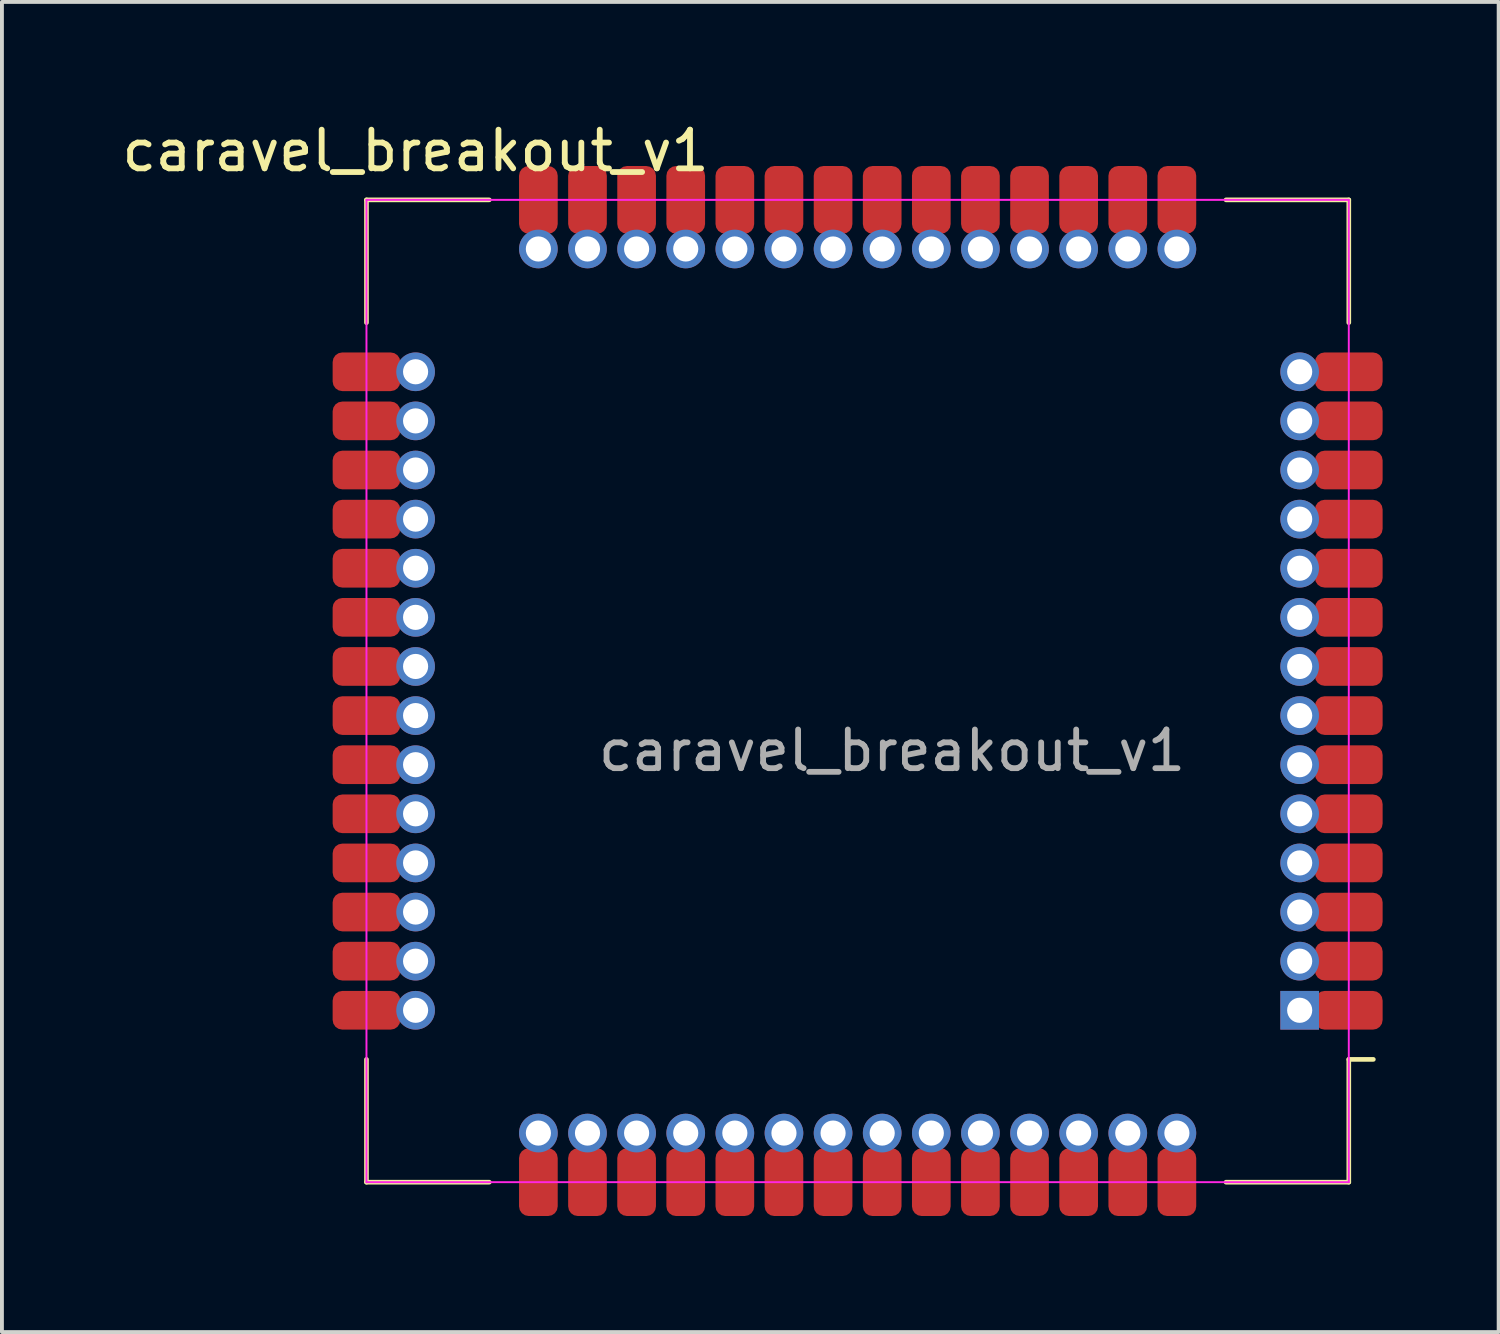
<source format=kicad_pcb>
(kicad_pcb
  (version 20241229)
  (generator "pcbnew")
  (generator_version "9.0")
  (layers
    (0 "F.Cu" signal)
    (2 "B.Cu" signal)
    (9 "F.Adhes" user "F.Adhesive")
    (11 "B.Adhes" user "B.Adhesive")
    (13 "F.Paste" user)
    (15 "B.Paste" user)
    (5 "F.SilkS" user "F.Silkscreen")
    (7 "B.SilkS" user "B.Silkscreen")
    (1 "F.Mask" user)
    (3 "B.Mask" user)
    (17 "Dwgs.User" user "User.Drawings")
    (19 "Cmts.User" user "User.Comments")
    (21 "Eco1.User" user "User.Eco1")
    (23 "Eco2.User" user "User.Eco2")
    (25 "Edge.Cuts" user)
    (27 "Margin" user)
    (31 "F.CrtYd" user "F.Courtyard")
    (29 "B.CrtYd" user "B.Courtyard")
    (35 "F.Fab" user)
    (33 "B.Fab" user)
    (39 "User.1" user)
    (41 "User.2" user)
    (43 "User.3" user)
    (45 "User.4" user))
  (footprint "caravel_breakout_v1"
    (layer "F.Cu")
    (at 6.426 2.118)
    (property "Reference" "caravel_breakout_v1" (at 1.27 -1.27 0) (unlocked yes) (layer "F.SilkS") (effects (font (size 1 1) (thickness 0.15))))
    (fp_line (start 0 0) (end 3.175 0) (stroke (width 0.12) (type solid)) (layer "F.SilkS"))
    (fp_line (start 0 3.175) (end 0 0) (stroke (width 0.12) (type solid)) (layer "F.SilkS"))
    (fp_line (start 0 22.225) (end 0 25.4) (stroke (width 0.12) (type solid)) (layer "F.SilkS"))
    (fp_line (start 0 25.4) (end 3.175 25.4) (stroke (width 0.12) (type solid)) (layer "F.SilkS"))
    (fp_line (start 22.225 0) (end 25.4 0) (stroke (width 0.12) (type solid)) (layer "F.SilkS"))
    (fp_line (start 22.225 25.4) (end 25.4 25.4) (stroke (width 0.12) (type solid)) (layer "F.SilkS"))
    (fp_line (start 25.4 0) (end 25.4 3.175) (stroke (width 0.12) (type solid)) (layer "F.SilkS"))
    (fp_line (start 25.4 22.225) (end 26.035 22.225) (stroke (width 0.12) (type solid)) (layer "F.SilkS"))
    (fp_line (start 25.4 25.4) (end 25.4 22.225) (stroke (width 0.12) (type solid)) (layer "F.SilkS"))
    (fp_line (start 0 0) (end 0 25.4) (stroke (width 0.05) (type solid)) (layer "F.CrtYd"))
    (fp_line (start 0 0) (end 25.4 0) (stroke (width 0.05) (type solid)) (layer "F.CrtYd"))
    (fp_line (start 0 25.4) (end 25.4 25.4) (stroke (width 0.05) (type solid)) (layer "F.CrtYd"))
    (fp_line (start 25.4 0) (end 25.4 25.4) (stroke (width 0.05) (type solid)) (layer "F.CrtYd"))
    (fp_text user "${REFERENCE}" (at 13.589 14.24 0) (unlocked yes) (layer "F.Fab") (effects (font (size 1 1) (thickness 0.15))))
    (pad "1" thru_hole rect (at 24.13 20.955) (size 1 1) (drill 0.65) (layers "*.Cu" "*.Mask"))
    (pad "1" smd roundrect (at 25.4 20.955) (size 1.75 1) (layers "F.Cu" "F.Mask" "F.Paste") (roundrect_rratio 0.25))
    (pad "2" thru_hole oval (at 24.13 19.685) (size 1 1) (drill 0.65) (layers "*.Cu" "*.Mask"))
    (pad "2" smd roundrect (at 25.4 19.685) (size 1.75 1) (layers "F.Cu" "F.Mask" "F.Paste") (roundrect_rratio 0.25))
    (pad "3" thru_hole oval (at 24.13 18.415) (size 1 1) (drill 0.65) (layers "*.Cu" "*.Mask"))
    (pad "3" smd roundrect (at 25.4 18.415) (size 1.75 1) (layers "F.Cu" "F.Mask" "F.Paste") (roundrect_rratio 0.25))
    (pad "4" thru_hole oval (at 24.13 17.145) (size 1 1) (drill 0.65) (layers "*.Cu" "*.Mask"))
    (pad "4" smd roundrect (at 25.4 17.145) (size 1.75 1) (layers "F.Cu" "F.Mask" "F.Paste") (roundrect_rratio 0.25))
    (pad "5" thru_hole oval (at 24.13 15.875) (size 1 1) (drill 0.65) (layers "*.Cu" "*.Mask"))
    (pad "5" smd roundrect (at 25.4 15.875) (size 1.75 1) (layers "F.Cu" "F.Mask" "F.Paste") (roundrect_rratio 0.25))
    (pad "6" thru_hole oval (at 24.13 14.605) (size 1 1) (drill 0.65) (layers "*.Cu" "*.Mask"))
    (pad "6" smd roundrect (at 25.4 14.605) (size 1.75 1) (layers "F.Cu" "F.Mask" "F.Paste") (roundrect_rratio 0.25))
    (pad "7" thru_hole oval (at 24.13 13.335) (size 1 1) (drill 0.65) (layers "*.Cu" "*.Mask"))
    (pad "7" smd roundrect (at 25.4 13.335) (size 1.75 1) (layers "F.Cu" "F.Mask" "F.Paste") (roundrect_rratio 0.25))
    (pad "8" thru_hole oval (at 24.13 12.065) (size 1 1) (drill 0.65) (layers "*.Cu" "*.Mask"))
    (pad "8" smd roundrect (at 25.4 12.065) (size 1.75 1) (layers "F.Cu" "F.Mask" "F.Paste") (roundrect_rratio 0.25))
    (pad "9" thru_hole oval (at 24.13 10.795) (size 1 1) (drill 0.65) (layers "*.Cu" "*.Mask"))
    (pad "9" smd roundrect (at 25.4 10.795) (size 1.75 1) (layers "F.Cu" "F.Mask" "F.Paste") (roundrect_rratio 0.25))
    (pad "10" thru_hole oval (at 24.13 9.525) (size 1 1) (drill 0.65) (layers "*.Cu" "*.Mask"))
    (pad "10" smd roundrect (at 25.4 9.525) (size 1.75 1) (layers "F.Cu" "F.Mask" "F.Paste") (roundrect_rratio 0.25))
    (pad "11" thru_hole oval (at 24.13 8.255) (size 1 1) (drill 0.65) (layers "*.Cu" "*.Mask"))
    (pad "11" smd roundrect (at 25.4 8.255) (size 1.75 1) (layers "F.Cu" "F.Mask" "F.Paste") (roundrect_rratio 0.25))
    (pad "12" thru_hole oval (at 24.13 6.985) (size 1 1) (drill 0.65) (layers "*.Cu" "*.Mask"))
    (pad "12" smd roundrect (at 25.4 6.985) (size 1.75 1) (layers "F.Cu" "F.Mask" "F.Paste") (roundrect_rratio 0.25))
    (pad "13" thru_hole oval (at 24.13 5.715) (size 1 1) (drill 0.65) (layers "*.Cu" "*.Mask"))
    (pad "13" smd roundrect (at 25.4 5.715) (size 1.75 1) (layers "F.Cu" "F.Mask" "F.Paste") (roundrect_rratio 0.25))
    (pad "14" thru_hole oval (at 24.13 4.445) (size 1 1) (drill 0.65) (layers "*.Cu" "*.Mask"))
    (pad "14" smd roundrect (at 25.4 4.445) (size 1.75 1) (layers "F.Cu" "F.Mask" "F.Paste") (roundrect_rratio 0.25))
    (pad "15" smd roundrect (at 20.955 0 90) (size 1.75 1) (layers "F.Cu" "F.Mask" "F.Paste") (roundrect_rratio 0.25))
    (pad "15" thru_hole oval (at 20.955 1.27 270) (size 1 1) (drill 0.65) (layers "*.Cu" "*.Mask"))
    (pad "16" smd roundrect (at 19.685 0 90) (size 1.75 1) (layers "F.Cu" "F.Mask" "F.Paste") (roundrect_rratio 0.25))
    (pad "16" thru_hole oval (at 19.685 1.27 270) (size 1 1) (drill 0.65) (layers "*.Cu" "*.Mask"))
    (pad "17" smd roundrect (at 18.415 0 90) (size 1.75 1) (layers "F.Cu" "F.Mask" "F.Paste") (roundrect_rratio 0.25))
    (pad "17" thru_hole oval (at 18.415 1.27 270) (size 1 1) (drill 0.65) (layers "*.Cu" "*.Mask"))
    (pad "18" smd roundrect (at 17.145 0 90) (size 1.75 1) (layers "F.Cu" "F.Mask" "F.Paste") (roundrect_rratio 0.25))
    (pad "18" thru_hole oval (at 17.145 1.27 270) (size 1 1) (drill 0.65) (layers "*.Cu" "*.Mask"))
    (pad "19" smd roundrect (at 15.875 0 90) (size 1.75 1) (layers "F.Cu" "F.Mask" "F.Paste") (roundrect_rratio 0.25))
    (pad "19" thru_hole oval (at 15.875 1.27 270) (size 1 1) (drill 0.65) (layers "*.Cu" "*.Mask"))
    (pad "20" smd roundrect (at 14.605 0 90) (size 1.75 1) (layers "F.Cu" "F.Mask" "F.Paste") (roundrect_rratio 0.25))
    (pad "20" thru_hole oval (at 14.605 1.27 270) (size 1 1) (drill 0.65) (layers "*.Cu" "*.Mask"))
    (pad "21" smd roundrect (at 13.335 0 90) (size 1.75 1) (layers "F.Cu" "F.Mask" "F.Paste") (roundrect_rratio 0.25))
    (pad "21" thru_hole oval (at 13.335 1.27 270) (size 1 1) (drill 0.65) (layers "*.Cu" "*.Mask"))
    (pad "22" smd roundrect (at 12.065 0 90) (size 1.75 1) (layers "F.Cu" "F.Mask" "F.Paste") (roundrect_rratio 0.25))
    (pad "22" thru_hole oval (at 12.065 1.27 270) (size 1 1) (drill 0.65) (layers "*.Cu" "*.Mask"))
    (pad "23" smd roundrect (at 10.795 0 90) (size 1.75 1) (layers "F.Cu" "F.Mask" "F.Paste") (roundrect_rratio 0.25))
    (pad "23" thru_hole oval (at 10.795 1.27 270) (size 1 1) (drill 0.65) (layers "*.Cu" "*.Mask"))
    (pad "24" smd roundrect (at 9.525 0 90) (size 1.75 1) (layers "F.Cu" "F.Mask" "F.Paste") (roundrect_rratio 0.25))
    (pad "24" thru_hole oval (at 9.525 1.27 270) (size 1 1) (drill 0.65) (layers "*.Cu" "*.Mask"))
    (pad "25" smd roundrect (at 8.255 0 90) (size 1.75 1) (layers "F.Cu" "F.Mask" "F.Paste") (roundrect_rratio 0.25))
    (pad "25" thru_hole oval (at 8.255 1.27 270) (size 1 1) (drill 0.65) (layers "*.Cu" "*.Mask"))
    (pad "26" smd roundrect (at 6.985 0 90) (size 1.75 1) (layers "F.Cu" "F.Mask" "F.Paste") (roundrect_rratio 0.25))
    (pad "26" thru_hole oval (at 6.985 1.27 270) (size 1 1) (drill 0.65) (layers "*.Cu" "*.Mask"))
    (pad "27" smd roundrect (at 5.715 0 90) (size 1.75 1) (layers "F.Cu" "F.Mask" "F.Paste") (roundrect_rratio 0.25))
    (pad "27" thru_hole oval (at 5.715 1.27 270) (size 1 1) (drill 0.65) (layers "*.Cu" "*.Mask"))
    (pad "28" smd roundrect (at 4.445 0 90) (size 1.75 1) (layers "F.Cu" "F.Mask" "F.Paste") (roundrect_rratio 0.25))
    (pad "28" thru_hole oval (at 4.445 1.27 270) (size 1 1) (drill 0.65) (layers "*.Cu" "*.Mask"))
    (pad "29" smd roundrect (at 0 4.445 180) (size 1.75 1) (layers "F.Cu" "F.Mask" "F.Paste") (roundrect_rratio 0.25))
    (pad "29" thru_hole oval (at 1.27 4.445 180) (size 1 1) (drill 0.65) (layers "*.Cu" "*.Mask"))
    (pad "30" smd roundrect (at 0 5.715 180) (size 1.75 1) (layers "F.Cu" "F.Mask" "F.Paste") (roundrect_rratio 0.25))
    (pad "30" thru_hole oval (at 1.27 5.715 180) (size 1 1) (drill 0.65) (layers "*.Cu" "*.Mask"))
    (pad "31" smd roundrect (at 0 6.985 180) (size 1.75 1) (layers "F.Cu" "F.Mask" "F.Paste") (roundrect_rratio 0.25))
    (pad "31" thru_hole oval (at 1.27 6.985 180) (size 1 1) (drill 0.65) (layers "*.Cu" "*.Mask"))
    (pad "32" smd roundrect (at 0 8.255 180) (size 1.75 1) (layers "F.Cu" "F.Mask" "F.Paste") (roundrect_rratio 0.25))
    (pad "32" thru_hole oval (at 1.27 8.255 180) (size 1 1) (drill 0.65) (layers "*.Cu" "*.Mask"))
    (pad "33" smd roundrect (at 0 9.525 180) (size 1.75 1) (layers "F.Cu" "F.Mask" "F.Paste") (roundrect_rratio 0.25))
    (pad "33" thru_hole oval (at 1.27 9.525 180) (size 1 1) (drill 0.65) (layers "*.Cu" "*.Mask"))
    (pad "34" smd roundrect (at 0 10.795 180) (size 1.75 1) (layers "F.Cu" "F.Mask" "F.Paste") (roundrect_rratio 0.25))
    (pad "34" thru_hole oval (at 1.27 10.795 180) (size 1 1) (drill 0.65) (layers "*.Cu" "*.Mask"))
    (pad "35" smd roundrect (at 0 12.065 180) (size 1.75 1) (layers "F.Cu" "F.Mask" "F.Paste") (roundrect_rratio 0.25))
    (pad "35" thru_hole oval (at 1.27 12.065 180) (size 1 1) (drill 0.65) (layers "*.Cu" "*.Mask"))
    (pad "36" smd roundrect (at 0 13.335 180) (size 1.75 1) (layers "F.Cu" "F.Mask" "F.Paste") (roundrect_rratio 0.25))
    (pad "36" thru_hole oval (at 1.27 13.335 180) (size 1 1) (drill 0.65) (layers "*.Cu" "*.Mask"))
    (pad "37" smd roundrect (at 0 14.605 180) (size 1.75 1) (layers "F.Cu" "F.Mask" "F.Paste") (roundrect_rratio 0.25))
    (pad "37" thru_hole oval (at 1.27 14.605 180) (size 1 1) (drill 0.65) (layers "*.Cu" "*.Mask"))
    (pad "38" smd roundrect (at 0 15.875 180) (size 1.75 1) (layers "F.Cu" "F.Mask" "F.Paste") (roundrect_rratio 0.25))
    (pad "38" thru_hole oval (at 1.27 15.875 180) (size 1 1) (drill 0.65) (layers "*.Cu" "*.Mask"))
    (pad "39" smd roundrect (at 0 17.145 180) (size 1.75 1) (layers "F.Cu" "F.Mask" "F.Paste") (roundrect_rratio 0.25))
    (pad "39" thru_hole oval (at 1.27 17.145 180) (size 1 1) (drill 0.65) (layers "*.Cu" "*.Mask"))
    (pad "40" smd roundrect (at 0 18.415 180) (size 1.75 1) (layers "F.Cu" "F.Mask" "F.Paste") (roundrect_rratio 0.25))
    (pad "40" thru_hole oval (at 1.27 18.415 180) (size 1 1) (drill 0.65) (layers "*.Cu" "*.Mask"))
    (pad "41" smd roundrect (at 0 19.685 180) (size 1.75 1) (layers "F.Cu" "F.Mask" "F.Paste") (roundrect_rratio 0.25))
    (pad "41" thru_hole oval (at 1.27 19.685 180) (size 1 1) (drill 0.65) (layers "*.Cu" "*.Mask"))
    (pad "42" smd roundrect (at 0 20.955 180) (size 1.75 1) (layers "F.Cu" "F.Mask" "F.Paste") (roundrect_rratio 0.25))
    (pad "42" thru_hole oval (at 1.27 20.955 180) (size 1 1) (drill 0.65) (layers "*.Cu" "*.Mask"))
    (pad "43" thru_hole oval (at 4.445 24.13 270) (size 1 1) (drill 0.65) (layers "*.Cu" "*.Mask"))
    (pad "43" smd roundrect (at 4.445 25.4 270) (size 1.75 1) (layers "F.Cu" "F.Mask" "F.Paste") (roundrect_rratio 0.25))
    (pad "44" thru_hole oval (at 5.715 24.13 270) (size 1 1) (drill 0.65) (layers "*.Cu" "*.Mask"))
    (pad "44" smd roundrect (at 5.715 25.4 270) (size 1.75 1) (layers "F.Cu" "F.Mask" "F.Paste") (roundrect_rratio 0.25))
    (pad "45" thru_hole oval (at 6.985 24.13 270) (size 1 1) (drill 0.65) (layers "*.Cu" "*.Mask"))
    (pad "45" smd roundrect (at 6.985 25.4 270) (size 1.75 1) (layers "F.Cu" "F.Mask" "F.Paste") (roundrect_rratio 0.25))
    (pad "46" thru_hole oval (at 8.255 24.13 270) (size 1 1) (drill 0.65) (layers "*.Cu" "*.Mask"))
    (pad "46" smd roundrect (at 8.255 25.4 270) (size 1.75 1) (layers "F.Cu" "F.Mask" "F.Paste") (roundrect_rratio 0.25))
    (pad "47" thru_hole oval (at 9.525 24.13 270) (size 1 1) (drill 0.65) (layers "*.Cu" "*.Mask"))
    (pad "47" smd roundrect (at 9.525 25.4 270) (size 1.75 1) (layers "F.Cu" "F.Mask" "F.Paste") (roundrect_rratio 0.25))
    (pad "48" thru_hole oval (at 10.795 24.13 270) (size 1 1) (drill 0.65) (layers "*.Cu" "*.Mask"))
    (pad "48" smd roundrect (at 10.795 25.4 270) (size 1.75 1) (layers "F.Cu" "F.Mask" "F.Paste") (roundrect_rratio 0.25))
    (pad "49" thru_hole oval (at 12.065 24.13 270) (size 1 1) (drill 0.65) (layers "*.Cu" "*.Mask"))
    (pad "49" smd roundrect (at 12.065 25.4 270) (size 1.75 1) (layers "F.Cu" "F.Mask" "F.Paste") (roundrect_rratio 0.25))
    (pad "50" thru_hole oval (at 13.335 24.13 270) (size 1 1) (drill 0.65) (layers "*.Cu" "*.Mask"))
    (pad "50" smd roundrect (at 13.335 25.4 270) (size 1.75 1) (layers "F.Cu" "F.Mask" "F.Paste") (roundrect_rratio 0.25))
    (pad "51" thru_hole oval (at 14.605 24.13 270) (size 1 1) (drill 0.65) (layers "*.Cu" "*.Mask"))
    (pad "51" smd roundrect (at 14.605 25.4 270) (size 1.75 1) (layers "F.Cu" "F.Mask" "F.Paste") (roundrect_rratio 0.25))
    (pad "52" thru_hole oval (at 15.875 24.13 270) (size 1 1) (drill 0.65) (layers "*.Cu" "*.Mask"))
    (pad "52" smd roundrect (at 15.875 25.4 270) (size 1.75 1) (layers "F.Cu" "F.Mask" "F.Paste") (roundrect_rratio 0.25))
    (pad "53" thru_hole oval (at 17.145 24.13 270) (size 1 1) (drill 0.65) (layers "*.Cu" "*.Mask"))
    (pad "53" smd roundrect (at 17.145 25.4 270) (size 1.75 1) (layers "F.Cu" "F.Mask" "F.Paste") (roundrect_rratio 0.25))
    (pad "54" thru_hole oval (at 18.415 24.13 270) (size 1 1) (drill 0.65) (layers "*.Cu" "*.Mask"))
    (pad "54" smd roundrect (at 18.415 25.4 270) (size 1.75 1) (layers "F.Cu" "F.Mask" "F.Paste") (roundrect_rratio 0.25))
    (pad "55" thru_hole oval (at 19.685 24.13 270) (size 1 1) (drill 0.65) (layers "*.Cu" "*.Mask"))
    (pad "55" smd roundrect (at 19.685 25.4 270) (size 1.75 1) (layers "F.Cu" "F.Mask" "F.Paste") (roundrect_rratio 0.25))
    (pad "56" thru_hole oval (at 20.955 24.13 270) (size 1 1) (drill 0.65) (layers "*.Cu" "*.Mask"))
    (pad "56" smd roundrect (at 20.955 25.4 270) (size 1.75 1) (layers "F.Cu" "F.Mask" "F.Paste") (roundrect_rratio 0.25)))
  (gr_rect
    (start -3 -3)
    (end 35.701 31.393)
    (stroke (width 0.1) (type default))
    (fill no)
    (layer "Edge.Cuts")))
</source>
